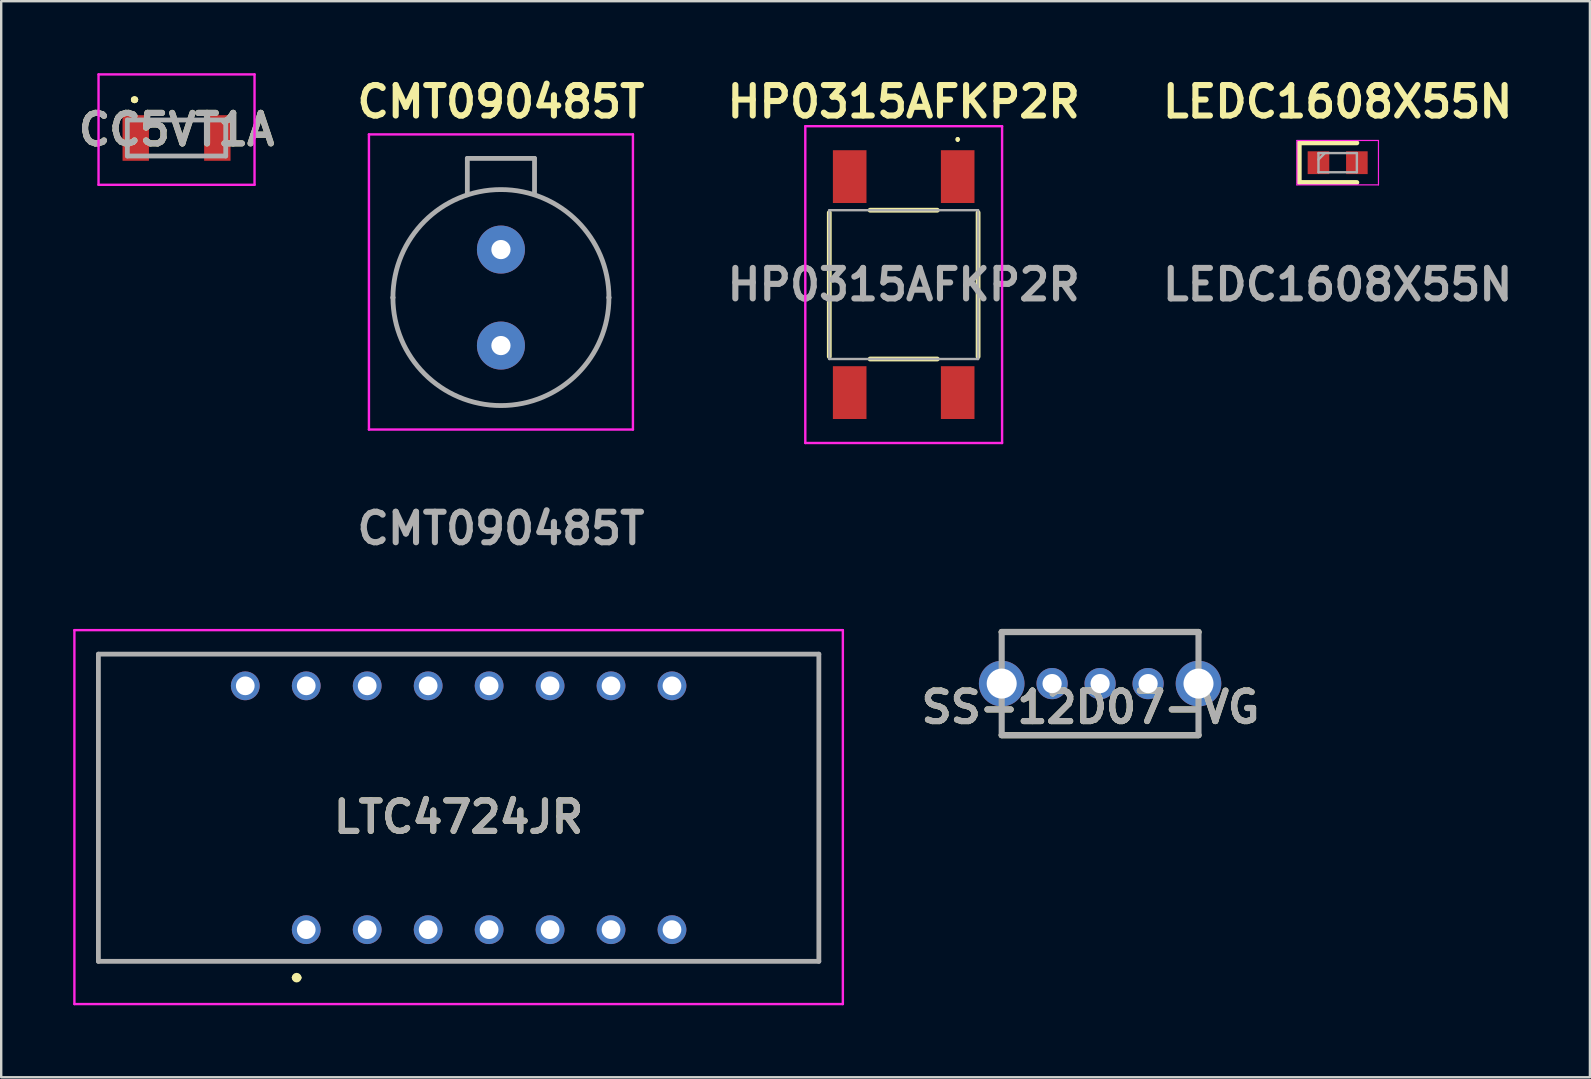
<source format=kicad_pcb>
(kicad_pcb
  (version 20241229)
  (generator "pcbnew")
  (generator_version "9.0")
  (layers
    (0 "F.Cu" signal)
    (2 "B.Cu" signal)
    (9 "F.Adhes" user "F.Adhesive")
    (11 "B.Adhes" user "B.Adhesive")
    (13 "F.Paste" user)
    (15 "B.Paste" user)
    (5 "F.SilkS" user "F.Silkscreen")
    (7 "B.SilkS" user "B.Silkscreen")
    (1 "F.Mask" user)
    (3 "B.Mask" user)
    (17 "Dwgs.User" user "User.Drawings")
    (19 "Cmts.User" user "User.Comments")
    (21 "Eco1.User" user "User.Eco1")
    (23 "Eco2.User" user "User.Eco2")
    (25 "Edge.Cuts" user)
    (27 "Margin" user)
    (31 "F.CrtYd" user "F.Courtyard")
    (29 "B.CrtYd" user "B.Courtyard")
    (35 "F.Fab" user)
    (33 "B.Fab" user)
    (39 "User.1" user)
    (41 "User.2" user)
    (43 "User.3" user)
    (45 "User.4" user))
  (footprint "SS-12D07-VG"
    (layer "F.Cu")
    (at 42.789 25.434)
    (property "Reference" "SS-12D07-VG" (at -0.4 0.987 0) (layer "F.SilkS") (effects (font (size 1.27 1.27) (thickness 0.254))))
    (attr through_hole)
    (fp_line (start -4.1 -2.15) (end 4.1 -2.15) (stroke (width 0.254) (type solid)) (layer "F.SilkS"))
    (fp_line (start 4.1 2.15) (end -4.1 2.15) (stroke (width 0.254) (type solid)) (layer "F.SilkS"))
    (fp_line (start -4.1 -2.15) (end 4.1 -2.15) (stroke (width 0.254) (type solid)) (layer "F.Fab"))
    (fp_line (start -4.1 2.15) (end -4.1 -2.15) (stroke (width 0.254) (type solid)) (layer "F.Fab"))
    (fp_line (start 4.1 -2.15) (end 4.1 2.15) (stroke (width 0.254) (type solid)) (layer "F.Fab"))
    (fp_line (start 4.1 2.15) (end -4.1 2.15) (stroke (width 0.254) (type solid)) (layer "F.Fab"))
    (fp_text user "${REFERENCE}" (at -0.4 0.987 0) (layer "F.Fab") (effects (font (size 1.27 1.27) (thickness 0.254))))
    (pad "1" thru_hole circle (at -2 0) (size 1.3 1.3) (drill 0.8) (layers "*.Cu" "*.Mask"))
    (pad "2" thru_hole circle (at 0 0) (size 1.3 1.3) (drill 0.8) (layers "*.Cu" "*.Mask"))
    (pad "3" thru_hole circle (at 2 0) (size 1.3 1.3) (drill 0.8) (layers "*.Cu" "*.Mask"))
    (pad "4" thru_hole circle (at -4.1 0) (size 1.9 1.9) (drill 1.25) (layers "*.Cu" "*.Mask"))
    (pad "5" thru_hole circle (at 4.1 0) (size 1.9 1.9) (drill 1.25) (layers "*.Cu" "*.Mask")))
  (footprint "LTC4724JR"
    (layer "F.Cu")
    (at 9.71 35.687)
    (property "Reference" "LTC4724JR" (at 6.35 -4.69 0) (layer "F.SilkS") (effects (font (size 1.27 1.27) (thickness 0.254))))
    (attr through_hole)
    (fp_line (start -8.66 -11.48) (end 21.36 -11.48) (stroke (width 0.1) (type solid)) (layer "F.SilkS"))
    (fp_line (start -8.66 1.32) (end -8.66 -11.48) (stroke (width 0.1) (type solid)) (layer "F.SilkS"))
    (fp_line (start -0.5 2) (end -0.5 2) (stroke (width 0.2) (type solid)) (layer "F.SilkS"))
    (fp_line (start -0.3 2) (end -0.3 2) (stroke (width 0.2) (type solid)) (layer "F.SilkS"))
    (fp_line (start 21.36 -11.48) (end 21.36 1.32) (stroke (width 0.1) (type solid)) (layer "F.SilkS"))
    (fp_line (start 21.36 1.32) (end -8.66 1.32) (stroke (width 0.1) (type solid)) (layer "F.SilkS"))
    (fp_arc (start -0.5 2) (mid -0.4 1.9) (end -0.3 2) (stroke (width 0.2) (type solid)) (layer "F.SilkS"))
    (fp_arc (start -0.3 2) (mid -0.4 2.1) (end -0.5 2) (stroke (width 0.2) (type solid)) (layer "F.SilkS"))
    (fp_line (start -9.66 -12.48) (end 22.36 -12.48) (stroke (width 0.1) (type solid)) (layer "F.CrtYd"))
    (fp_line (start -9.66 3.1) (end -9.66 -12.48) (stroke (width 0.1) (type solid)) (layer "F.CrtYd"))
    (fp_line (start 22.36 -12.48) (end 22.36 3.1) (stroke (width 0.1) (type solid)) (layer "F.CrtYd"))
    (fp_line (start 22.36 3.1) (end -9.66 3.1) (stroke (width 0.1) (type solid)) (layer "F.CrtYd"))
    (fp_line (start -8.66 -11.48) (end 21.36 -11.48) (stroke (width 0.2) (type solid)) (layer "F.Fab"))
    (fp_line (start -8.66 1.32) (end -8.66 -11.48) (stroke (width 0.2) (type solid)) (layer "F.Fab"))
    (fp_line (start 21.36 -11.48) (end 21.36 1.32) (stroke (width 0.2) (type solid)) (layer "F.Fab"))
    (fp_line (start 21.36 1.32) (end -8.66 1.32) (stroke (width 0.2) (type solid)) (layer "F.Fab"))
    (fp_text user "${REFERENCE}" (at 6.35 -4.69 0) (layer "F.Fab") (effects (font (size 1.27 1.27) (thickness 0.254))))
    (pad "1" thru_hole circle (at 0 0) (size 1.2 1.2) (drill 0.78) (layers "*.Cu" "*.Mask"))
    (pad "2" thru_hole circle (at 2.54 0) (size 1.2 1.2) (drill 0.78) (layers "*.Cu" "*.Mask"))
    (pad "3" thru_hole circle (at 5.08 0) (size 1.2 1.2) (drill 0.78) (layers "*.Cu" "*.Mask"))
    (pad "4" thru_hole circle (at 7.62 0) (size 1.2 1.2) (drill 0.78) (layers "*.Cu" "*.Mask"))
    (pad "5" thru_hole circle (at 10.16 0) (size 1.2 1.2) (drill 0.78) (layers "*.Cu" "*.Mask"))
    (pad "6" thru_hole circle (at 12.7 0) (size 1.2 1.2) (drill 0.78) (layers "*.Cu" "*.Mask"))
    (pad "7" thru_hole circle (at 15.24 0) (size 1.2 1.2) (drill 0.78) (layers "*.Cu" "*.Mask"))
    (pad "8" thru_hole circle (at 15.24 -10.16) (size 1.2 1.2) (drill 0.78) (layers "*.Cu" "*.Mask"))
    (pad "9" thru_hole circle (at 12.7 -10.16) (size 1.2 1.2) (drill 0.78) (layers "*.Cu" "*.Mask"))
    (pad "10" thru_hole circle (at 10.16 -10.16) (size 1.2 1.2) (drill 0.78) (layers "*.Cu" "*.Mask"))
    (pad "11" thru_hole circle (at 7.62 -10.16) (size 1.2 1.2) (drill 0.78) (layers "*.Cu" "*.Mask"))
    (pad "12" thru_hole circle (at 5.08 -10.16) (size 1.2 1.2) (drill 0.78) (layers "*.Cu" "*.Mask"))
    (pad "13" thru_hole circle (at 2.54 -10.16) (size 1.2 1.2) (drill 0.78) (layers "*.Cu" "*.Mask"))
    (pad "14" thru_hole circle (at 0 -10.16) (size 1.2 1.2) (drill 0.78) (layers "*.Cu" "*.Mask"))
    (pad "15" thru_hole circle (at -2.54 -10.16) (size 1.2 1.2) (drill 0.78) (layers "*.Cu" "*.Mask")))
  (footprint "LEDC1608X55N"
    (layer "F.Cu")
    (at 52.688 3.729)
    (property "Reference" "LEDC1608X55N" (at 0 -2.54 0) (layer "F.SilkS") (effects (font (size 1.27 1.27) (thickness 0.254))))
    (attr smd)
    (fp_line (start -1.6 -0.825) (end -1.6 0.825) (stroke (width 0.2) (type solid)) (layer "F.SilkS"))
    (fp_line (start -1.6 0.825) (end 0.8 0.825) (stroke (width 0.2) (type solid)) (layer "F.SilkS"))
    (fp_line (start 0.8 -0.825) (end -1.6 -0.825) (stroke (width 0.2) (type solid)) (layer "F.SilkS"))
    (fp_line (start -1.7 -0.925) (end 1.7 -0.925) (stroke (width 0.05) (type solid)) (layer "F.CrtYd"))
    (fp_line (start -1.7 0.925) (end -1.7 -0.925) (stroke (width 0.05) (type solid)) (layer "F.CrtYd"))
    (fp_line (start 1.7 -0.925) (end 1.7 0.925) (stroke (width 0.05) (type solid)) (layer "F.CrtYd"))
    (fp_line (start 1.7 0.925) (end -1.7 0.925) (stroke (width 0.05) (type solid)) (layer "F.CrtYd"))
    (fp_line (start -0.8 -0.4) (end 0.8 -0.4) (stroke (width 0.1) (type solid)) (layer "F.Fab"))
    (fp_line (start -0.8 -0.133) (end -0.533 -0.4) (stroke (width 0.1) (type solid)) (layer "F.Fab"))
    (fp_line (start -0.8 0.4) (end -0.8 -0.4) (stroke (width 0.1) (type solid)) (layer "F.Fab"))
    (fp_line (start 0.8 -0.4) (end 0.8 0.4) (stroke (width 0.1) (type solid)) (layer "F.Fab"))
    (fp_line (start 0.8 0.4) (end -0.8 0.4) (stroke (width 0.1) (type solid)) (layer "F.Fab"))
    (fp_text user "${REFERENCE}" (at 0 5.08 0) (layer "F.Fab") (effects (font (size 1.27 1.27) (thickness 0.254))))
    (pad "1" smd rect (at -0.8 0) (size 0.9 0.95) (layers "F.Cu" "F.Mask" "F.Paste"))
    (pad "2" smd rect (at 0.8 0) (size 0.9 0.95) (layers "F.Cu" "F.Mask" "F.Paste")))
  (footprint "HP0315AFKP2R"
    (layer "F.Cu")
    (at 34.605 8.809)
    (property "Reference" "HP0315AFKP2R" (at 0 -7.62 0) (layer "F.SilkS") (effects (font (size 1.27 1.27) (thickness 0.254))))
    (attr smd)
    (fp_line (start -3.1 -3) (end -3.1 3) (stroke (width 0.2) (type solid)) (layer "F.SilkS"))
    (fp_line (start -1.4 -3.1) (end 1.4 -3.1) (stroke (width 0.2) (type solid)) (layer "F.SilkS"))
    (fp_line (start -1.4 3.1) (end 1.4 3.1) (stroke (width 0.2) (type solid)) (layer "F.SilkS"))
    (fp_line (start 2.25 -6.1) (end 2.25 -6.1) (stroke (width 0.1) (type solid)) (layer "F.SilkS"))
    (fp_line (start 2.25 -6) (end 2.25 -6) (stroke (width 0.1) (type solid)) (layer "F.SilkS"))
    (fp_line (start 3.1 -3) (end 3.1 3) (stroke (width 0.2) (type solid)) (layer "F.SilkS"))
    (fp_arc (start 2.25 -6.1) (mid 2.3 -6.05) (end 2.25 -6) (stroke (width 0.1) (type solid)) (layer "F.SilkS"))
    (fp_arc (start 2.25 -6) (mid 2.2 -6.05) (end 2.25 -6.1) (stroke (width 0.1) (type solid)) (layer "F.SilkS"))
    (fp_line (start -4.1 -6.6) (end 4.1 -6.6) (stroke (width 0.1) (type solid)) (layer "F.CrtYd"))
    (fp_line (start -4.1 6.6) (end -4.1 -6.6) (stroke (width 0.1) (type solid)) (layer "F.CrtYd"))
    (fp_line (start 4.1 -6.6) (end 4.1 6.6) (stroke (width 0.1) (type solid)) (layer "F.CrtYd"))
    (fp_line (start 4.1 6.6) (end -4.1 6.6) (stroke (width 0.1) (type solid)) (layer "F.CrtYd"))
    (fp_line (start -3.1 -3.1) (end 3.1 -3.1) (stroke (width 0.1) (type solid)) (layer "F.Fab"))
    (fp_line (start -3.1 3.1) (end -3.1 -3.1) (stroke (width 0.1) (type solid)) (layer "F.Fab"))
    (fp_line (start 3.1 -3.1) (end 3.1 3.1) (stroke (width 0.1) (type solid)) (layer "F.Fab"))
    (fp_line (start 3.1 3.1) (end -3.1 3.1) (stroke (width 0.1) (type solid)) (layer "F.Fab"))
    (fp_text user "${REFERENCE}" (at 0 0 0) (layer "F.Fab") (effects (font (size 1.27 1.27) (thickness 0.254))))
    (pad "1" smd rect (at 2.25 -4.5) (size 1.4 2.2) (layers "F.Cu" "F.Mask" "F.Paste"))
    (pad "2" smd rect (at 2.25 4.5) (size 1.4 2.2) (layers "F.Cu" "F.Mask" "F.Paste"))
    (pad "3" smd rect (at -2.25 -4.5) (size 1.4 2.2) (layers "F.Cu" "F.Mask" "F.Paste"))
    (pad "4" smd rect (at -2.25 4.5) (size 1.4 2.2) (layers "F.Cu" "F.Mask" "F.Paste")))
  (footprint "CC5VT1A"
    (layer "F.Cu")
    (at 4.306 2.7)
    (property "Reference" "CC5VT1A" (at 0 -0.35 0) (layer "F.SilkS") (effects (font (size 1.27 1.27) (thickness 0.254))))
    (attr smd)
    (fp_line (start -1.8 -1.6) (end -1.8 -1.6) (stroke (width 0.2) (type solid)) (layer "F.SilkS"))
    (fp_line (start -1.8 -1.6) (end -1.8 -1.6) (stroke (width 0.2) (type solid)) (layer "F.SilkS"))
    (fp_line (start -1.7 -1.6) (end -1.7 -1.6) (stroke (width 0.2) (type solid)) (layer "F.SilkS"))
    (fp_line (start -0.75 -0.75) (end 0.75 -0.75) (stroke (width 0.1) (type solid)) (layer "F.SilkS"))
    (fp_line (start -0.75 0.75) (end 0.75 0.75) (stroke (width 0.1) (type solid)) (layer "F.SilkS"))
    (fp_arc (start -1.8 -1.6) (mid -1.75 -1.65) (end -1.7 -1.6) (stroke (width 0.2) (type solid)) (layer "F.SilkS"))
    (fp_arc (start -1.7 -1.6) (mid -1.75 -1.55) (end -1.8 -1.6) (stroke (width 0.2) (type solid)) (layer "F.SilkS"))
    (fp_arc (start -1.7 -1.6) (mid -1.75 -1.55) (end -1.8 -1.6) (stroke (width 0.2) (type solid)) (layer "F.SilkS"))
    (fp_line (start -3.25 -2.65) (end 3.25 -2.65) (stroke (width 0.1) (type solid)) (layer "F.CrtYd"))
    (fp_line (start -3.25 1.95) (end -3.25 -2.65) (stroke (width 0.1) (type solid)) (layer "F.CrtYd"))
    (fp_line (start 3.25 -2.65) (end 3.25 1.95) (stroke (width 0.1) (type solid)) (layer "F.CrtYd"))
    (fp_line (start 3.25 1.95) (end -3.25 1.95) (stroke (width 0.1) (type solid)) (layer "F.CrtYd"))
    (fp_line (start -2.05 -0.75) (end -2.05 0.75) (stroke (width 0.2) (type solid)) (layer "F.Fab"))
    (fp_line (start -2.05 0.75) (end 2.05 0.75) (stroke (width 0.2) (type solid)) (layer "F.Fab"))
    (fp_line (start 2.05 -0.75) (end -2.05 -0.75) (stroke (width 0.2) (type solid)) (layer "F.Fab"))
    (fp_line (start 2.05 0.75) (end 2.05 -0.75) (stroke (width 0.2) (type solid)) (layer "F.Fab"))
    (fp_text user "${REFERENCE}" (at 0 -0.35 0) (layer "F.Fab") (effects (font (size 1.27 1.27) (thickness 0.254))))
    (pad "1" smd rect (at -1.7 0) (size 1.1 1.9) (layers "F.Cu" "F.Mask" "F.Paste"))
    (pad "2" smd rect (at 1.7 0) (size 1.1 1.9) (layers "F.Cu" "F.Mask" "F.Paste")))
  (footprint "CMT090485T"
    (layer "F.Cu")
    (at 17.823 11.349)
    (property "Reference" "CMT090485T" (at 0 -10.16 0) (layer "F.SilkS") (effects (font (size 1.27 1.27) (thickness 0.254))))
    (attr through_hole)
    (fp_line (start -4.5 -2) (end -4.5 -2) (stroke (width 0.1) (type solid)) (layer "F.SilkS"))
    (fp_line (start 4.5 -2) (end 4.5 -2) (stroke (width 0.1) (type solid)) (layer "F.SilkS"))
    (fp_arc (start -4.5 -2) (mid 0 -6.5) (end 4.5 -2) (stroke (width 0.1) (type solid)) (layer "F.SilkS"))
    (fp_arc (start 4.5 -2) (mid 0 2.5) (end -4.5 -2) (stroke (width 0.1) (type solid)) (layer "F.SilkS"))
    (fp_line (start -5.5 -8.8) (end 5.5 -8.8) (stroke (width 0.1) (type solid)) (layer "F.CrtYd"))
    (fp_line (start -5.5 3.5) (end -5.5 -8.8) (stroke (width 0.1) (type solid)) (layer "F.CrtYd"))
    (fp_line (start 5.5 -8.8) (end 5.5 3.5) (stroke (width 0.1) (type solid)) (layer "F.CrtYd"))
    (fp_line (start 5.5 3.5) (end -5.5 3.5) (stroke (width 0.1) (type solid)) (layer "F.CrtYd"))
    (fp_line (start -4.5 -2) (end -4.5 -2) (stroke (width 0.2) (type solid)) (layer "F.Fab"))
    (fp_line (start -1.4 -7.8) (end 1.4 -7.8) (stroke (width 0.2) (type solid)) (layer "F.Fab"))
    (fp_line (start -1.4 -6.3) (end -1.4 -7.8) (stroke (width 0.2) (type solid)) (layer "F.Fab"))
    (fp_line (start 1.4 -7.8) (end 1.4 -6.3) (stroke (width 0.2) (type solid)) (layer "F.Fab"))
    (fp_line (start 4.5 -2) (end 4.5 -2) (stroke (width 0.2) (type solid)) (layer "F.Fab"))
    (fp_arc (start -4.5 -2) (mid 0 -6.5) (end 4.5 -2) (stroke (width 0.2) (type solid)) (layer "F.Fab"))
    (fp_arc (start 4.5 -2) (mid 0 2.5) (end -4.5 -2) (stroke (width 0.2) (type solid)) (layer "F.Fab"))
    (fp_text user "${REFERENCE}" (at 0 7.62 0) (layer "F.Fab") (effects (font (size 1.27 1.27) (thickness 0.254))))
    (pad "1" thru_hole circle (at 0 0) (size 2 2) (drill 0.8) (layers "*.Cu" "*.Mask"))
    (pad "2" thru_hole circle (at 0 -4) (size 2 2) (drill 0.8) (layers "*.Cu" "*.Mask")))
  (gr_rect
    (start -3 -3)
    (end 63.199 41.837)
    (stroke (width 0.1) (type default))
    (fill no)
    (layer "Edge.Cuts")))
</source>
